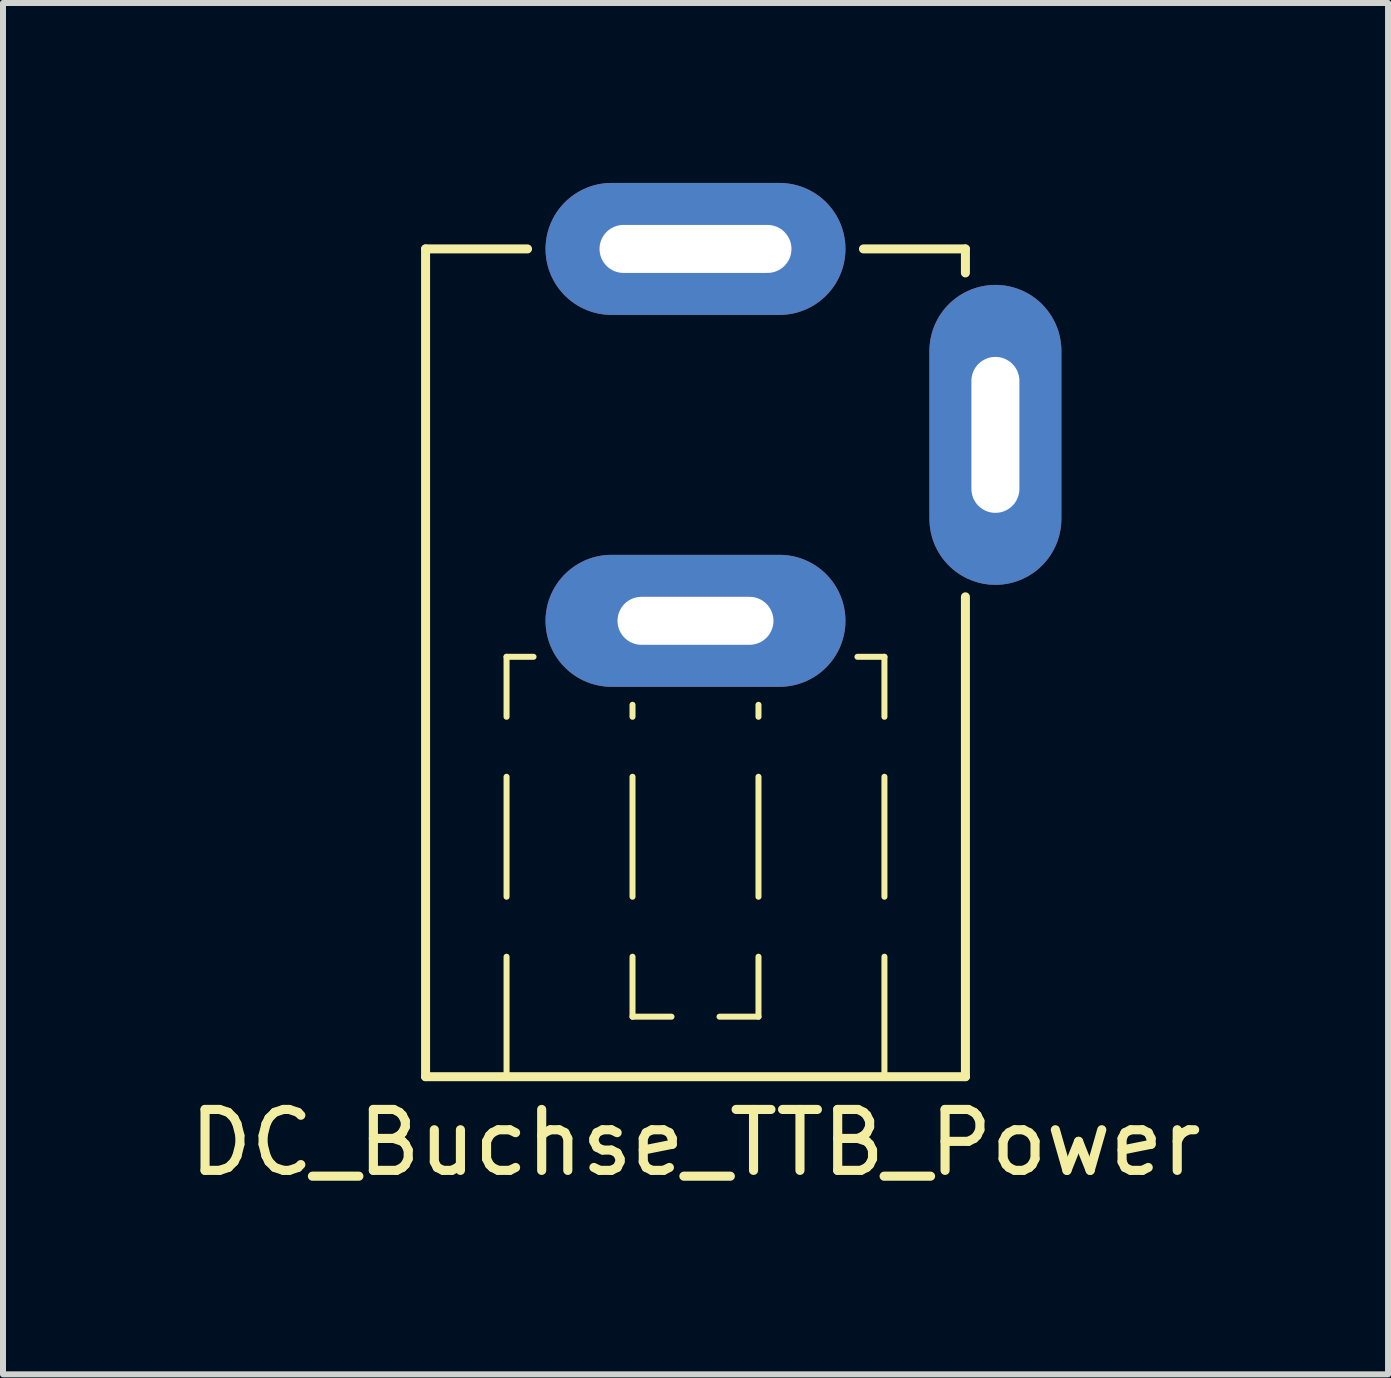
<source format=kicad_pcb>
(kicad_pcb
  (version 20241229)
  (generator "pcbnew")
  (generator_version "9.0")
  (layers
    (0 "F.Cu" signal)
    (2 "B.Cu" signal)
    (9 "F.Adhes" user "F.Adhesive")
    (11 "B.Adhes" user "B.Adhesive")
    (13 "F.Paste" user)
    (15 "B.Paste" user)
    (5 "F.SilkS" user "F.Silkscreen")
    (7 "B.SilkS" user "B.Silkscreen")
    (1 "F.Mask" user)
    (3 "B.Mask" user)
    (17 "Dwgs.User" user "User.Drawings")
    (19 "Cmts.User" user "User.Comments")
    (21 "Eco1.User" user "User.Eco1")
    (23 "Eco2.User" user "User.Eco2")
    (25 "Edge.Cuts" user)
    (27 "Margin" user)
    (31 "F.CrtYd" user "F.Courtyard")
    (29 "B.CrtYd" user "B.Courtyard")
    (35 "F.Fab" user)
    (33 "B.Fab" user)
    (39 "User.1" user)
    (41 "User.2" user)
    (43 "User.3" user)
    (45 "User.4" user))
  (footprint "DC_Buchse_TTB_Power"
    (layer "F.Cu")
    (at 8.545 9.9)
    (property "Reference" "DC_Buchse_TTB_Power" (at 0 6.1 0) (layer "F.SilkS") (effects (font (size 1.016 1.016) (thickness 0.152))))
    (attr through_hole)
    (fp_line (start -4.5 -8.8) (end -4.5 5) (stroke (width 0.15) (type solid)) (layer "F.SilkS"))
    (fp_line (start -4.5 5) (end 4.5 5) (stroke (width 0.15) (type solid)) (layer "F.SilkS"))
    (fp_line (start -3.15 -2) (end -2.7 -2) (stroke (width 0.1) (type solid)) (layer "F.SilkS"))
    (fp_line (start -3.15 -1) (end -3.15 -2) (stroke (width 0.1) (type solid)) (layer "F.SilkS"))
    (fp_line (start -3.15 2) (end -3.15 0) (stroke (width 0.1) (type solid)) (layer "F.SilkS"))
    (fp_line (start -3.15 5) (end -3.15 3) (stroke (width 0.1) (type solid)) (layer "F.SilkS"))
    (fp_line (start -2.8 -8.8) (end -4.5 -8.8) (stroke (width 0.15) (type solid)) (layer "F.SilkS"))
    (fp_line (start -1.05 -1) (end -1.05 -1.2) (stroke (width 0.1) (type solid)) (layer "F.SilkS"))
    (fp_line (start -1.05 2) (end -1.05 0) (stroke (width 0.1) (type solid)) (layer "F.SilkS"))
    (fp_line (start -1.05 4) (end -1.05 3) (stroke (width 0.1) (type solid)) (layer "F.SilkS"))
    (fp_line (start -1.05 4) (end -0.4 4) (stroke (width 0.1) (type solid)) (layer "F.SilkS"))
    (fp_line (start 0.4 4) (end 1.05 4) (stroke (width 0.1) (type solid)) (layer "F.SilkS"))
    (fp_line (start 1.05 -1) (end 1.05 -1.2) (stroke (width 0.1) (type solid)) (layer "F.SilkS"))
    (fp_line (start 1.05 2) (end 1.05 0) (stroke (width 0.1) (type solid)) (layer "F.SilkS"))
    (fp_line (start 1.05 4) (end 1.05 3) (stroke (width 0.1) (type solid)) (layer "F.SilkS"))
    (fp_line (start 3.15 -2) (end 2.7 -2) (stroke (width 0.1) (type solid)) (layer "F.SilkS"))
    (fp_line (start 3.15 -1) (end 3.15 -2) (stroke (width 0.1) (type solid)) (layer "F.SilkS"))
    (fp_line (start 3.15 2) (end 3.15 0) (stroke (width 0.1) (type solid)) (layer "F.SilkS"))
    (fp_line (start 3.15 5) (end 3.15 3) (stroke (width 0.1) (type solid)) (layer "F.SilkS"))
    (fp_line (start 4.5 -8.8) (end 2.8 -8.8) (stroke (width 0.15) (type solid)) (layer "F.SilkS"))
    (fp_line (start 4.5 -8.4) (end 4.5 -8.8) (stroke (width 0.15) (type solid)) (layer "F.SilkS"))
    (fp_line (start 4.5 -3) (end 4.5 5) (stroke (width 0.15) (type solid)) (layer "F.SilkS"))
    (pad "1" thru_hole oval (at 0 -8.8) (size 5 2.2) (drill oval 3.2 0.8) (layers "*.Cu" "*.Mask"))
    (pad "2" thru_hole oval (at 0 -2.6) (size 5 2.2) (drill oval 2.6 0.8) (layers "*.Cu" "*.Mask"))
    (pad "3" thru_hole oval (at 5 -5.7) (size 2.2 5) (drill oval 0.8 2.6) (layers "*.Cu" "*.Mask")))
  (gr_rect
    (start -3 -3)
    (end 20.091 19.862)
    (stroke (width 0.1) (type default))
    (fill no)
    (layer "Edge.Cuts")))
</source>
